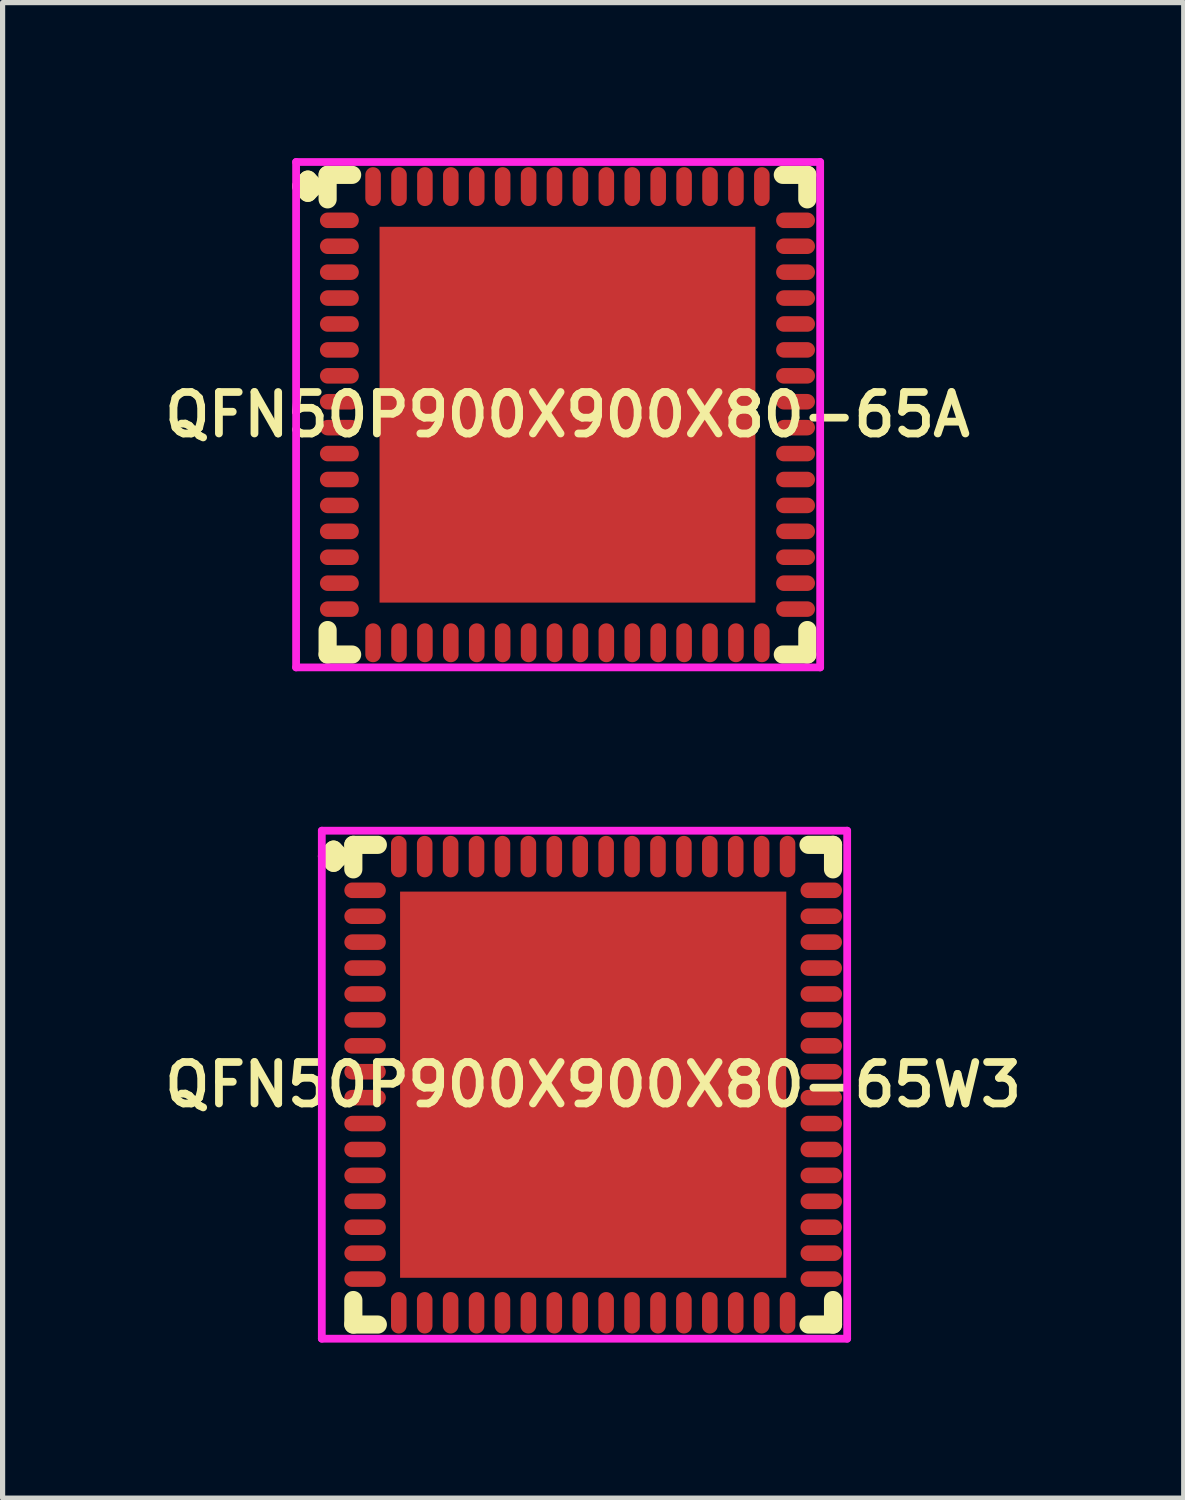
<source format=kicad_pcb>
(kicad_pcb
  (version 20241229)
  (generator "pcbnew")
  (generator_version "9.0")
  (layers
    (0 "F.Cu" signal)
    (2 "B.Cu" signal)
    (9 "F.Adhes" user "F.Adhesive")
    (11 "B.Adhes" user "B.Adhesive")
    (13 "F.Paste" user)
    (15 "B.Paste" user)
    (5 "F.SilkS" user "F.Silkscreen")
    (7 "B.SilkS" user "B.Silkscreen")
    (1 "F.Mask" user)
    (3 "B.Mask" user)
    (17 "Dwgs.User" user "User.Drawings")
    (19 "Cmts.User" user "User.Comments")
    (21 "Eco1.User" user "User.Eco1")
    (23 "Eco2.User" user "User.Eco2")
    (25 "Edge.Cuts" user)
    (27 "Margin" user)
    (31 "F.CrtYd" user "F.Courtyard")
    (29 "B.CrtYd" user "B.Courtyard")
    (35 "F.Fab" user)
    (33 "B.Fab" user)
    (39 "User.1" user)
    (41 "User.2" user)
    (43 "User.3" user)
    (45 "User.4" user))
  (footprint "QFN50P900X900X80-65A"
    (layer "F.Cu")
    (at 7.897 4.95)
    (property "Reference" "QFN50P900X900X80-65A" (at 0 0 0) (layer "F.SilkS") (effects (font (size 0.8 0.8) (thickness 0.15))))
    (attr through_hole)
    (fp_line (start -5.135 -4.408) (end -5.008 -4.535) (stroke (width 0.35) (type solid)) (layer "F.SilkS"))
    (fp_line (start -5.008 -4.535) (end -4.881 -4.408) (stroke (width 0.35) (type solid)) (layer "F.SilkS"))
    (fp_line (start -5.008 -4.281) (end -5.135 -4.408) (stroke (width 0.35) (type solid)) (layer "F.SilkS"))
    (fp_line (start -4.881 -4.408) (end -5.008 -4.281) (stroke (width 0.35) (type solid)) (layer "F.SilkS"))
    (fp_line (start -4.627 -4.627) (end -4.154 -4.627) (stroke (width 0.35) (type solid)) (layer "F.SilkS"))
    (fp_line (start -4.627 -4.154) (end -4.627 -4.627) (stroke (width 0.35) (type solid)) (layer "F.SilkS"))
    (fp_line (start -4.627 4.154) (end -4.627 4.627) (stroke (width 0.35) (type solid)) (layer "F.SilkS"))
    (fp_line (start -4.627 4.627) (end -4.154 4.627) (stroke (width 0.35) (type solid)) (layer "F.SilkS"))
    (fp_line (start 4.154 -4.627) (end 4.627 -4.627) (stroke (width 0.35) (type solid)) (layer "F.SilkS"))
    (fp_line (start 4.154 4.627) (end 4.627 4.627) (stroke (width 0.35) (type solid)) (layer "F.SilkS"))
    (fp_line (start 4.627 -4.627) (end 4.627 -4.154) (stroke (width 0.35) (type solid)) (layer "F.SilkS"))
    (fp_line (start 4.627 4.627) (end 4.627 4.154) (stroke (width 0.35) (type solid)) (layer "F.SilkS"))
    (fp_line (start -5.235 -4.875) (end 4.875 -4.875) (stroke (width 0.15) (type solid)) (layer "F.CrtYd"))
    (fp_line (start -5.235 4.875) (end -5.235 -4.875) (stroke (width 0.15) (type solid)) (layer "F.CrtYd"))
    (fp_line (start 4.875 -4.875) (end 4.875 4.875) (stroke (width 0.15) (type solid)) (layer "F.CrtYd"))
    (fp_line (start 4.875 4.875) (end -5.235 4.875) (stroke (width 0.15) (type solid)) (layer "F.CrtYd"))
    (pad "1" smd oval (at -4.4 -3.75) (size 0.75 0.3) (layers "F.Cu" "F.Mask" "F.Paste"))
    (pad "2" smd oval (at -4.4 -3.25) (size 0.75 0.3) (layers "F.Cu" "F.Mask" "F.Paste"))
    (pad "3" smd oval (at -4.4 -2.75) (size 0.75 0.3) (layers "F.Cu" "F.Mask" "F.Paste"))
    (pad "4" smd oval (at -4.4 -2.25) (size 0.75 0.3) (layers "F.Cu" "F.Mask" "F.Paste"))
    (pad "5" smd oval (at -4.4 -1.75) (size 0.75 0.3) (layers "F.Cu" "F.Mask" "F.Paste"))
    (pad "6" smd oval (at -4.4 -1.25) (size 0.75 0.3) (layers "F.Cu" "F.Mask" "F.Paste"))
    (pad "7" smd oval (at -4.4 -0.75) (size 0.75 0.3) (layers "F.Cu" "F.Mask" "F.Paste"))
    (pad "8" smd oval (at -4.4 -0.25) (size 0.75 0.3) (layers "F.Cu" "F.Mask" "F.Paste"))
    (pad "9" smd oval (at -4.4 0.25) (size 0.75 0.3) (layers "F.Cu" "F.Mask" "F.Paste"))
    (pad "10" smd oval (at -4.4 0.75) (size 0.75 0.3) (layers "F.Cu" "F.Mask" "F.Paste"))
    (pad "11" smd oval (at -4.4 1.25) (size 0.75 0.3) (layers "F.Cu" "F.Mask" "F.Paste"))
    (pad "12" smd oval (at -4.4 1.75) (size 0.75 0.3) (layers "F.Cu" "F.Mask" "F.Paste"))
    (pad "13" smd oval (at -4.4 2.25) (size 0.75 0.3) (layers "F.Cu" "F.Mask" "F.Paste"))
    (pad "14" smd oval (at -4.4 2.75) (size 0.75 0.3) (layers "F.Cu" "F.Mask" "F.Paste"))
    (pad "15" smd oval (at -4.4 3.25) (size 0.75 0.3) (layers "F.Cu" "F.Mask" "F.Paste"))
    (pad "16" smd oval (at -4.4 3.75) (size 0.75 0.3) (layers "F.Cu" "F.Mask" "F.Paste"))
    (pad "17" smd oval (at -3.75 4.4) (size 0.3 0.75) (layers "F.Cu" "F.Mask" "F.Paste"))
    (pad "18" smd oval (at -3.25 4.4) (size 0.3 0.75) (layers "F.Cu" "F.Mask" "F.Paste"))
    (pad "19" smd oval (at -2.75 4.4) (size 0.3 0.75) (layers "F.Cu" "F.Mask" "F.Paste"))
    (pad "20" smd oval (at -2.25 4.4) (size 0.3 0.75) (layers "F.Cu" "F.Mask" "F.Paste"))
    (pad "21" smd oval (at -1.75 4.4) (size 0.3 0.75) (layers "F.Cu" "F.Mask" "F.Paste"))
    (pad "22" smd oval (at -1.25 4.4) (size 0.3 0.75) (layers "F.Cu" "F.Mask" "F.Paste"))
    (pad "23" smd oval (at -0.75 4.4) (size 0.3 0.75) (layers "F.Cu" "F.Mask" "F.Paste"))
    (pad "24" smd oval (at -0.25 4.4) (size 0.3 0.75) (layers "F.Cu" "F.Mask" "F.Paste"))
    (pad "25" smd oval (at 0.25 4.4) (size 0.3 0.75) (layers "F.Cu" "F.Mask" "F.Paste"))
    (pad "26" smd oval (at 0.75 4.4) (size 0.3 0.75) (layers "F.Cu" "F.Mask" "F.Paste"))
    (pad "27" smd oval (at 1.25 4.4) (size 0.3 0.75) (layers "F.Cu" "F.Mask" "F.Paste"))
    (pad "28" smd oval (at 1.75 4.4) (size 0.3 0.75) (layers "F.Cu" "F.Mask" "F.Paste"))
    (pad "29" smd oval (at 2.25 4.4) (size 0.3 0.75) (layers "F.Cu" "F.Mask" "F.Paste"))
    (pad "30" smd oval (at 2.75 4.4) (size 0.3 0.75) (layers "F.Cu" "F.Mask" "F.Paste"))
    (pad "31" smd oval (at 3.25 4.4) (size 0.3 0.75) (layers "F.Cu" "F.Mask" "F.Paste"))
    (pad "32" smd oval (at 3.75 4.4) (size 0.3 0.75) (layers "F.Cu" "F.Mask" "F.Paste"))
    (pad "33" smd oval (at 4.4 3.75) (size 0.75 0.3) (layers "F.Cu" "F.Mask" "F.Paste"))
    (pad "34" smd oval (at 4.4 3.25) (size 0.75 0.3) (layers "F.Cu" "F.Mask" "F.Paste"))
    (pad "35" smd oval (at 4.4 2.75) (size 0.75 0.3) (layers "F.Cu" "F.Mask" "F.Paste"))
    (pad "36" smd oval (at 4.4 2.25) (size 0.75 0.3) (layers "F.Cu" "F.Mask" "F.Paste"))
    (pad "37" smd oval (at 4.4 1.75) (size 0.75 0.3) (layers "F.Cu" "F.Mask" "F.Paste"))
    (pad "38" smd oval (at 4.4 1.25) (size 0.75 0.3) (layers "F.Cu" "F.Mask" "F.Paste"))
    (pad "39" smd oval (at 4.4 0.75) (size 0.75 0.3) (layers "F.Cu" "F.Mask" "F.Paste"))
    (pad "40" smd oval (at 4.4 0.25) (size 0.75 0.3) (layers "F.Cu" "F.Mask" "F.Paste"))
    (pad "41" smd oval (at 4.4 -0.25) (size 0.75 0.3) (layers "F.Cu" "F.Mask" "F.Paste"))
    (pad "42" smd oval (at 4.4 -0.75) (size 0.75 0.3) (layers "F.Cu" "F.Mask" "F.Paste"))
    (pad "43" smd oval (at 4.4 -1.25) (size 0.75 0.3) (layers "F.Cu" "F.Mask" "F.Paste"))
    (pad "44" smd oval (at 4.4 -1.75) (size 0.75 0.3) (layers "F.Cu" "F.Mask" "F.Paste"))
    (pad "45" smd oval (at 4.4 -2.25) (size 0.75 0.3) (layers "F.Cu" "F.Mask" "F.Paste"))
    (pad "46" smd oval (at 4.4 -2.75) (size 0.75 0.3) (layers "F.Cu" "F.Mask" "F.Paste"))
    (pad "47" smd oval (at 4.4 -3.25) (size 0.75 0.3) (layers "F.Cu" "F.Mask" "F.Paste"))
    (pad "48" smd oval (at 4.4 -3.75) (size 0.75 0.3) (layers "F.Cu" "F.Mask" "F.Paste"))
    (pad "49" smd oval (at 3.75 -4.4) (size 0.3 0.75) (layers "F.Cu" "F.Mask" "F.Paste"))
    (pad "50" smd oval (at 3.25 -4.4) (size 0.3 0.75) (layers "F.Cu" "F.Mask" "F.Paste"))
    (pad "51" smd oval (at 2.75 -4.4) (size 0.3 0.75) (layers "F.Cu" "F.Mask" "F.Paste"))
    (pad "52" smd oval (at 2.25 -4.4) (size 0.3 0.75) (layers "F.Cu" "F.Mask" "F.Paste"))
    (pad "53" smd oval (at 1.75 -4.4) (size 0.3 0.75) (layers "F.Cu" "F.Mask" "F.Paste"))
    (pad "54" smd oval (at 1.25 -4.4) (size 0.3 0.75) (layers "F.Cu" "F.Mask" "F.Paste"))
    (pad "55" smd oval (at 0.75 -4.4) (size 0.3 0.75) (layers "F.Cu" "F.Mask" "F.Paste"))
    (pad "56" smd oval (at 0.25 -4.4) (size 0.3 0.75) (layers "F.Cu" "F.Mask" "F.Paste"))
    (pad "57" smd oval (at -0.25 -4.4) (size 0.3 0.75) (layers "F.Cu" "F.Mask" "F.Paste"))
    (pad "58" smd oval (at -0.75 -4.4) (size 0.3 0.75) (layers "F.Cu" "F.Mask" "F.Paste"))
    (pad "59" smd oval (at -1.25 -4.4) (size 0.3 0.75) (layers "F.Cu" "F.Mask" "F.Paste"))
    (pad "60" smd oval (at -1.75 -4.4) (size 0.3 0.75) (layers "F.Cu" "F.Mask" "F.Paste"))
    (pad "61" smd oval (at -2.25 -4.4) (size 0.3 0.75) (layers "F.Cu" "F.Mask" "F.Paste"))
    (pad "62" smd oval (at -2.75 -4.4) (size 0.3 0.75) (layers "F.Cu" "F.Mask" "F.Paste"))
    (pad "63" smd oval (at -3.25 -4.4) (size 0.3 0.75) (layers "F.Cu" "F.Mask" "F.Paste"))
    (pad "64" smd oval (at -3.75 -4.4) (size 0.3 0.75) (layers "F.Cu" "F.Mask" "F.Paste"))
    (pad "65" smd rect (at 0 0) (size 7.25 7.25) (layers "F.Cu" "F.Mask" "F.Paste")))
  (footprint "QFN50P900X900X80-65W3"
    (layer "F.Cu")
    (at 8.393 17.875)
    (property "Reference" "QFN50P900X900X80-65W3" (at 0 0 0) (layer "F.SilkS") (effects (font (size 0.8 0.8) (thickness 0.15))))
    (attr smd)
    (fp_line (start -5.135 -4.408) (end -5.008 -4.535) (stroke (width 0.35) (type solid)) (layer "F.SilkS"))
    (fp_line (start -5.008 -4.535) (end -4.881 -4.408) (stroke (width 0.35) (type solid)) (layer "F.SilkS"))
    (fp_line (start -5.008 -4.281) (end -5.135 -4.408) (stroke (width 0.35) (type solid)) (layer "F.SilkS"))
    (fp_line (start -4.881 -4.408) (end -5.008 -4.281) (stroke (width 0.35) (type solid)) (layer "F.SilkS"))
    (fp_line (start -4.627 -4.627) (end -4.154 -4.627) (stroke (width 0.35) (type solid)) (layer "F.SilkS"))
    (fp_line (start -4.627 -4.154) (end -4.627 -4.627) (stroke (width 0.35) (type solid)) (layer "F.SilkS"))
    (fp_line (start -4.627 4.154) (end -4.627 4.627) (stroke (width 0.35) (type solid)) (layer "F.SilkS"))
    (fp_line (start -4.627 4.627) (end -4.154 4.627) (stroke (width 0.35) (type solid)) (layer "F.SilkS"))
    (fp_line (start 4.154 -4.627) (end 4.627 -4.627) (stroke (width 0.35) (type solid)) (layer "F.SilkS"))
    (fp_line (start 4.154 4.627) (end 4.627 4.627) (stroke (width 0.35) (type solid)) (layer "F.SilkS"))
    (fp_line (start 4.627 -4.627) (end 4.627 -4.154) (stroke (width 0.35) (type solid)) (layer "F.SilkS"))
    (fp_line (start 4.627 4.627) (end 4.627 4.154) (stroke (width 0.35) (type solid)) (layer "F.SilkS"))
    (fp_line (start -5.235 -4.9) (end 4.9 -4.9) (stroke (width 0.15) (type solid)) (layer "F.CrtYd"))
    (fp_line (start -5.235 4.9) (end -5.235 -4.9) (stroke (width 0.15) (type solid)) (layer "F.CrtYd"))
    (fp_line (start 4.9 -4.9) (end 4.9 4.9) (stroke (width 0.15) (type solid)) (layer "F.CrtYd"))
    (fp_line (start 4.9 4.9) (end -5.235 4.9) (stroke (width 0.15) (type solid)) (layer "F.CrtYd"))
    (pad "1" smd oval (at -4.4 -3.75) (size 0.8 0.3) (layers "F.Cu" "F.Mask" "F.Paste"))
    (pad "2" smd oval (at -4.4 -3.25) (size 0.8 0.3) (layers "F.Cu" "F.Mask" "F.Paste"))
    (pad "3" smd oval (at -4.4 -2.75) (size 0.8 0.3) (layers "F.Cu" "F.Mask" "F.Paste"))
    (pad "4" smd oval (at -4.4 -2.25) (size 0.8 0.3) (layers "F.Cu" "F.Mask" "F.Paste"))
    (pad "5" smd oval (at -4.4 -1.75) (size 0.8 0.3) (layers "F.Cu" "F.Mask" "F.Paste"))
    (pad "6" smd oval (at -4.4 -1.25) (size 0.8 0.3) (layers "F.Cu" "F.Mask" "F.Paste"))
    (pad "7" smd oval (at -4.4 -0.75) (size 0.8 0.3) (layers "F.Cu" "F.Mask" "F.Paste"))
    (pad "8" smd oval (at -4.4 -0.25) (size 0.8 0.3) (layers "F.Cu" "F.Mask" "F.Paste"))
    (pad "9" smd oval (at -4.4 0.25) (size 0.8 0.3) (layers "F.Cu" "F.Mask" "F.Paste"))
    (pad "10" smd oval (at -4.4 0.75) (size 0.8 0.3) (layers "F.Cu" "F.Mask" "F.Paste"))
    (pad "11" smd oval (at -4.4 1.25) (size 0.8 0.3) (layers "F.Cu" "F.Mask" "F.Paste"))
    (pad "12" smd oval (at -4.4 1.75) (size 0.8 0.3) (layers "F.Cu" "F.Mask" "F.Paste"))
    (pad "13" smd oval (at -4.4 2.25) (size 0.8 0.3) (layers "F.Cu" "F.Mask" "F.Paste"))
    (pad "14" smd oval (at -4.4 2.75) (size 0.8 0.3) (layers "F.Cu" "F.Mask" "F.Paste"))
    (pad "15" smd oval (at -4.4 3.25) (size 0.8 0.3) (layers "F.Cu" "F.Mask" "F.Paste"))
    (pad "16" smd oval (at -4.4 3.75) (size 0.8 0.3) (layers "F.Cu" "F.Mask" "F.Paste"))
    (pad "17" smd oval (at -3.75 4.4) (size 0.3 0.8) (layers "F.Cu" "F.Mask" "F.Paste"))
    (pad "18" smd oval (at -3.25 4.4) (size 0.3 0.8) (layers "F.Cu" "F.Mask" "F.Paste"))
    (pad "19" smd oval (at -2.75 4.4) (size 0.3 0.8) (layers "F.Cu" "F.Mask" "F.Paste"))
    (pad "20" smd oval (at -2.25 4.4) (size 0.3 0.8) (layers "F.Cu" "F.Mask" "F.Paste"))
    (pad "21" smd oval (at -1.75 4.4) (size 0.3 0.8) (layers "F.Cu" "F.Mask" "F.Paste"))
    (pad "22" smd oval (at -1.25 4.4) (size 0.3 0.8) (layers "F.Cu" "F.Mask" "F.Paste"))
    (pad "23" smd oval (at -0.75 4.4) (size 0.3 0.8) (layers "F.Cu" "F.Mask" "F.Paste"))
    (pad "24" smd oval (at -0.25 4.4) (size 0.3 0.8) (layers "F.Cu" "F.Mask" "F.Paste"))
    (pad "25" smd oval (at 0.25 4.4) (size 0.3 0.8) (layers "F.Cu" "F.Mask" "F.Paste"))
    (pad "26" smd oval (at 0.75 4.4) (size 0.3 0.8) (layers "F.Cu" "F.Mask" "F.Paste"))
    (pad "27" smd oval (at 1.25 4.4) (size 0.3 0.8) (layers "F.Cu" "F.Mask" "F.Paste"))
    (pad "28" smd oval (at 1.75 4.4) (size 0.3 0.8) (layers "F.Cu" "F.Mask" "F.Paste"))
    (pad "29" smd oval (at 2.25 4.4) (size 0.3 0.8) (layers "F.Cu" "F.Mask" "F.Paste"))
    (pad "30" smd oval (at 2.75 4.4) (size 0.3 0.8) (layers "F.Cu" "F.Mask" "F.Paste"))
    (pad "31" smd oval (at 3.25 4.4) (size 0.3 0.8) (layers "F.Cu" "F.Mask" "F.Paste"))
    (pad "32" smd oval (at 3.75 4.4) (size 0.3 0.8) (layers "F.Cu" "F.Mask" "F.Paste"))
    (pad "33" smd oval (at 4.4 3.75) (size 0.8 0.3) (layers "F.Cu" "F.Mask" "F.Paste"))
    (pad "34" smd oval (at 4.4 3.25) (size 0.8 0.3) (layers "F.Cu" "F.Mask" "F.Paste"))
    (pad "35" smd oval (at 4.4 2.75) (size 0.8 0.3) (layers "F.Cu" "F.Mask" "F.Paste"))
    (pad "36" smd oval (at 4.4 2.25) (size 0.8 0.3) (layers "F.Cu" "F.Mask" "F.Paste"))
    (pad "37" smd oval (at 4.4 1.75) (size 0.8 0.3) (layers "F.Cu" "F.Mask" "F.Paste"))
    (pad "38" smd oval (at 4.4 1.25) (size 0.8 0.3) (layers "F.Cu" "F.Mask" "F.Paste"))
    (pad "39" smd oval (at 4.4 0.75) (size 0.8 0.3) (layers "F.Cu" "F.Mask" "F.Paste"))
    (pad "40" smd oval (at 4.4 0.25) (size 0.8 0.3) (layers "F.Cu" "F.Mask" "F.Paste"))
    (pad "41" smd oval (at 4.4 -0.25) (size 0.8 0.3) (layers "F.Cu" "F.Mask" "F.Paste"))
    (pad "42" smd oval (at 4.4 -0.75) (size 0.8 0.3) (layers "F.Cu" "F.Mask" "F.Paste"))
    (pad "43" smd oval (at 4.4 -1.25) (size 0.8 0.3) (layers "F.Cu" "F.Mask" "F.Paste"))
    (pad "44" smd oval (at 4.4 -1.75) (size 0.8 0.3) (layers "F.Cu" "F.Mask" "F.Paste"))
    (pad "45" smd oval (at 4.4 -2.25) (size 0.8 0.3) (layers "F.Cu" "F.Mask" "F.Paste"))
    (pad "46" smd oval (at 4.4 -2.75) (size 0.8 0.3) (layers "F.Cu" "F.Mask" "F.Paste"))
    (pad "47" smd oval (at 4.4 -3.25) (size 0.8 0.3) (layers "F.Cu" "F.Mask" "F.Paste"))
    (pad "48" smd oval (at 4.4 -3.75) (size 0.8 0.3) (layers "F.Cu" "F.Mask" "F.Paste"))
    (pad "49" smd oval (at 3.75 -4.4) (size 0.3 0.8) (layers "F.Cu" "F.Mask" "F.Paste"))
    (pad "50" smd oval (at 3.25 -4.4) (size 0.3 0.8) (layers "F.Cu" "F.Mask" "F.Paste"))
    (pad "51" smd oval (at 2.75 -4.4) (size 0.3 0.8) (layers "F.Cu" "F.Mask" "F.Paste"))
    (pad "52" smd oval (at 2.25 -4.4) (size 0.3 0.8) (layers "F.Cu" "F.Mask" "F.Paste"))
    (pad "53" smd oval (at 1.75 -4.4) (size 0.3 0.8) (layers "F.Cu" "F.Mask" "F.Paste"))
    (pad "54" smd oval (at 1.25 -4.4) (size 0.3 0.8) (layers "F.Cu" "F.Mask" "F.Paste"))
    (pad "55" smd oval (at 0.75 -4.4) (size 0.3 0.8) (layers "F.Cu" "F.Mask" "F.Paste"))
    (pad "56" smd oval (at 0.25 -4.4) (size 0.3 0.8) (layers "F.Cu" "F.Mask" "F.Paste"))
    (pad "57" smd oval (at -0.25 -4.4) (size 0.3 0.8) (layers "F.Cu" "F.Mask" "F.Paste"))
    (pad "58" smd oval (at -0.75 -4.4) (size 0.3 0.8) (layers "F.Cu" "F.Mask" "F.Paste"))
    (pad "59" smd oval (at -1.25 -4.4) (size 0.3 0.8) (layers "F.Cu" "F.Mask" "F.Paste"))
    (pad "60" smd oval (at -1.75 -4.4) (size 0.3 0.8) (layers "F.Cu" "F.Mask" "F.Paste"))
    (pad "61" smd oval (at -2.25 -4.4) (size 0.3 0.8) (layers "F.Cu" "F.Mask" "F.Paste"))
    (pad "62" smd oval (at -2.75 -4.4) (size 0.3 0.8) (layers "F.Cu" "F.Mask" "F.Paste"))
    (pad "63" smd oval (at -3.25 -4.4) (size 0.3 0.8) (layers "F.Cu" "F.Mask" "F.Paste"))
    (pad "64" smd oval (at -3.75 -4.4) (size 0.3 0.8) (layers "F.Cu" "F.Mask" "F.Paste"))
    (pad "65" smd rect (at 0 0) (size 7.45 7.45) (layers "F.Cu" "F.Mask" "F.Paste")))
  (gr_rect
    (start -3 -3)
    (end 19.785 25.85)
    (stroke (width 0.1) (type default))
    (fill no)
    (layer "Edge.Cuts")))
</source>
